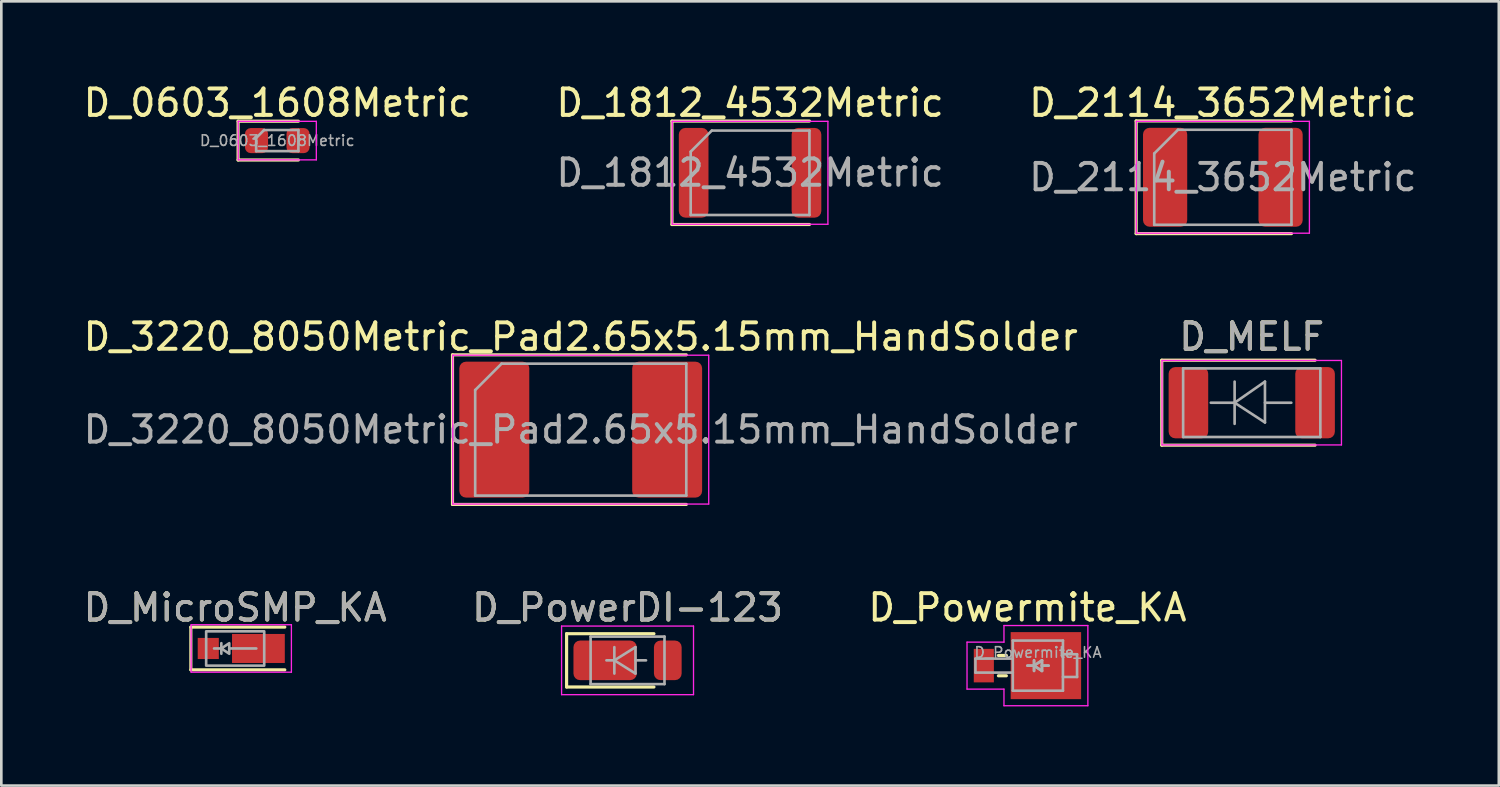
<source format=kicad_pcb>
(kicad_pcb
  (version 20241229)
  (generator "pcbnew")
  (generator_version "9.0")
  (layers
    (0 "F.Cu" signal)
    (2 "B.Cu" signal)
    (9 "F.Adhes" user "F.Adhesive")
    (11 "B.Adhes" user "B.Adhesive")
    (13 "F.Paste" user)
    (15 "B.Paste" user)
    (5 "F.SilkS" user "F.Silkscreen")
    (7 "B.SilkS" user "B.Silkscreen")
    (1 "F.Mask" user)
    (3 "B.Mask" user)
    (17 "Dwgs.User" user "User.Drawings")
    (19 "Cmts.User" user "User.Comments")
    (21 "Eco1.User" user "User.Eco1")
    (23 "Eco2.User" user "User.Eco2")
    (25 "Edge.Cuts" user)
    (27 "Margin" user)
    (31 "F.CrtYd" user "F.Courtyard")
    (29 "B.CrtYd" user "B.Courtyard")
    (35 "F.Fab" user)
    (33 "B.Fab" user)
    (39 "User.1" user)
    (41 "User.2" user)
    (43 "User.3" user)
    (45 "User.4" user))
  (footprint "D_MELF"
    (layer "F.Cu")
    (at 44.387 12.211)
    (property "Reference" "D_MELF" (at 0 -2.5 0) (layer "F.SilkS") (effects (font (size 1 1) (thickness 0.15))))
    (attr smd)
    (fp_line (start -3.41 -1.61) (end -3.41 1.61) (stroke (width 0.12) (type solid)) (layer "F.SilkS"))
    (fp_line (start -3.41 1.61) (end 2.4 1.61) (stroke (width 0.12) (type solid)) (layer "F.SilkS"))
    (fp_line (start 2.4 -1.61) (end -3.41 -1.61) (stroke (width 0.12) (type solid)) (layer "F.SilkS"))
    (fp_line (start -3.4 -1.6) (end 3.4 -1.6) (stroke (width 0.05) (type solid)) (layer "F.CrtYd"))
    (fp_line (start -3.4 1.6) (end -3.4 -1.6) (stroke (width 0.05) (type solid)) (layer "F.CrtYd"))
    (fp_line (start 3.4 -1.6) (end 3.4 1.6) (stroke (width 0.05) (type solid)) (layer "F.CrtYd"))
    (fp_line (start 3.4 1.6) (end -3.4 1.6) (stroke (width 0.05) (type solid)) (layer "F.CrtYd"))
    (fp_line (start -2.6 -1.3) (end -2.6 1.3) (stroke (width 0.1) (type solid)) (layer "F.Fab"))
    (fp_line (start -2.6 1.3) (end 2.6 1.3) (stroke (width 0.1) (type solid)) (layer "F.Fab"))
    (fp_line (start -0.649 -0.799) (end -0.649 0.801) (stroke (width 0.1) (type solid)) (layer "F.Fab"))
    (fp_line (start -0.649 0.001) (end -1.551 0.001) (stroke (width 0.1) (type solid)) (layer "F.Fab"))
    (fp_line (start -0.649 0.001) (end 0.501 -0.799) (stroke (width 0.1) (type solid)) (layer "F.Fab"))
    (fp_line (start -0.649 0.001) (end 0.501 0.75) (stroke (width 0.1) (type solid)) (layer "F.Fab"))
    (fp_line (start 0.501 0.001) (end 1.499 0.001) (stroke (width 0.1) (type solid)) (layer "F.Fab"))
    (fp_line (start 0.501 0.75) (end 0.501 -0.799) (stroke (width 0.1) (type solid)) (layer "F.Fab"))
    (fp_line (start 2.6 -1.3) (end -2.6 -1.3) (stroke (width 0.1) (type solid)) (layer "F.Fab"))
    (fp_line (start 2.6 1.3) (end 2.6 -1.3) (stroke (width 0.1) (type solid)) (layer "F.Fab"))
    (fp_text user "${REFERENCE}" (at 0 -2.5 0) (layer "F.Fab") (effects (font (size 1 1) (thickness 0.15))))
    (pad "1" smd roundrect (at -2.4 0) (size 1.5 2.7) (layers "F.Cu" "F.Mask" "F.Paste") (roundrect_rratio 0.167))
    (pad "2" smd roundrect (at 2.4 0) (size 1.5 2.7) (layers "F.Cu" "F.Mask" "F.Paste") (roundrect_rratio 0.167)))
  (footprint "D_0603_1608Metric"
    (layer "F.Cu")
    (at 7.458 2.278)
    (property "Reference" "D_0603_1608Metric" (at 0 -1.43 0) (layer "F.SilkS") (effects (font (size 1 1) (thickness 0.15))))
    (attr smd)
    (fp_line (start -1.485 -0.735) (end -1.485 0.735) (stroke (width 0.12) (type solid)) (layer "F.SilkS"))
    (fp_line (start -1.485 0.735) (end 0.8 0.735) (stroke (width 0.12) (type solid)) (layer "F.SilkS"))
    (fp_line (start 0.8 -0.735) (end -1.485 -0.735) (stroke (width 0.12) (type solid)) (layer "F.SilkS"))
    (fp_line (start -1.48 -0.73) (end 1.48 -0.73) (stroke (width 0.05) (type solid)) (layer "F.CrtYd"))
    (fp_line (start -1.48 0.73) (end -1.48 -0.73) (stroke (width 0.05) (type solid)) (layer "F.CrtYd"))
    (fp_line (start 1.48 -0.73) (end 1.48 0.73) (stroke (width 0.05) (type solid)) (layer "F.CrtYd"))
    (fp_line (start 1.48 0.73) (end -1.48 0.73) (stroke (width 0.05) (type solid)) (layer "F.CrtYd"))
    (fp_line (start -0.8 -0.1) (end -0.8 0.4) (stroke (width 0.1) (type solid)) (layer "F.Fab"))
    (fp_line (start -0.8 0.4) (end 0.8 0.4) (stroke (width 0.1) (type solid)) (layer "F.Fab"))
    (fp_line (start -0.5 -0.4) (end -0.8 -0.1) (stroke (width 0.1) (type solid)) (layer "F.Fab"))
    (fp_line (start 0.8 -0.4) (end -0.5 -0.4) (stroke (width 0.1) (type solid)) (layer "F.Fab"))
    (fp_line (start 0.8 0.4) (end 0.8 -0.4) (stroke (width 0.1) (type solid)) (layer "F.Fab"))
    (fp_text user "${REFERENCE}" (at 0 0 0) (layer "F.Fab") (effects (font (size 0.4 0.4) (thickness 0.06))))
    (pad "1" smd roundrect (at -0.787 0) (size 0.875 0.95) (layers "F.Cu" "F.Mask" "F.Paste") (roundrect_rratio 0.25))
    (pad "2" smd roundrect (at 0.787 0) (size 0.875 0.95) (layers "F.Cu" "F.Mask" "F.Paste") (roundrect_rratio 0.25)))
  (footprint "D_2114_3652Metric"
    (layer "F.Cu")
    (at 43.292 3.668)
    (property "Reference" "D_2114_3652Metric" (at 0 -2.82 0) (layer "F.SilkS") (effects (font (size 1 1) (thickness 0.15))))
    (attr smd)
    (fp_line (start -3.285 -2.135) (end -3.285 2.135) (stroke (width 0.12) (type solid)) (layer "F.SilkS"))
    (fp_line (start -3.285 2.135) (end 2.6 2.135) (stroke (width 0.12) (type solid)) (layer "F.SilkS"))
    (fp_line (start 2.6 -2.135) (end -3.285 -2.135) (stroke (width 0.12) (type solid)) (layer "F.SilkS"))
    (fp_line (start -3.28 -2.12) (end 3.28 -2.12) (stroke (width 0.05) (type solid)) (layer "F.CrtYd"))
    (fp_line (start -3.28 2.12) (end -3.28 -2.12) (stroke (width 0.05) (type solid)) (layer "F.CrtYd"))
    (fp_line (start 3.28 -2.12) (end 3.28 2.12) (stroke (width 0.05) (type solid)) (layer "F.CrtYd"))
    (fp_line (start 3.28 2.12) (end -3.28 2.12) (stroke (width 0.05) (type solid)) (layer "F.CrtYd"))
    (fp_line (start -2.6 -0.9) (end -2.6 1.8) (stroke (width 0.1) (type solid)) (layer "F.Fab"))
    (fp_line (start -2.6 1.8) (end 2.6 1.8) (stroke (width 0.1) (type solid)) (layer "F.Fab"))
    (fp_line (start -1.7 -1.8) (end -2.6 -0.9) (stroke (width 0.1) (type solid)) (layer "F.Fab"))
    (fp_line (start 2.6 -1.8) (end -1.7 -1.8) (stroke (width 0.1) (type solid)) (layer "F.Fab"))
    (fp_line (start 2.6 1.8) (end 2.6 -1.8) (stroke (width 0.1) (type solid)) (layer "F.Fab"))
    (fp_text user "${REFERENCE}" (at 0 0 0) (layer "F.Fab") (effects (font (size 1 1) (thickness 0.15))))
    (pad "1" smd roundrect (at -2.188 0) (size 1.675 3.75) (layers "F.Cu" "F.Mask" "F.Paste") (roundrect_rratio 0.149))
    (pad "2" smd roundrect (at 2.188 0) (size 1.675 3.75) (layers "F.Cu" "F.Mask" "F.Paste") (roundrect_rratio 0.149)))
  (footprint "D_PowerDI-123"
    (layer "F.Cu")
    (at 20.732 21.975)
    (property "Reference" "D_PowerDI-123" (at 0 -2 0) (layer "F.SilkS") (effects (font (size 1 1) (thickness 0.15))))
    (attr smd)
    (fp_line (start -2.31 1.01) (end -2.31 -1.01) (stroke (width 0.12) (type solid)) (layer "F.SilkS"))
    (fp_line (start -2.31 1.01) (end 1 1.01) (stroke (width 0.12) (type solid)) (layer "F.SilkS"))
    (fp_line (start 1 -1.01) (end -2.31 -1.01) (stroke (width 0.12) (type solid)) (layer "F.SilkS"))
    (fp_line (start -2.5 -1.3) (end 2.5 -1.3) (stroke (width 0.05) (type solid)) (layer "F.CrtYd"))
    (fp_line (start -2.5 1.3) (end -2.5 -1.3) (stroke (width 0.05) (type solid)) (layer "F.CrtYd"))
    (fp_line (start 2.5 -1.3) (end 2.5 1.3) (stroke (width 0.05) (type solid)) (layer "F.CrtYd"))
    (fp_line (start 2.5 1.3) (end -2.5 1.3) (stroke (width 0.05) (type solid)) (layer "F.CrtYd"))
    (fp_line (start -1.4 -0.9) (end 1.4 -0.9) (stroke (width 0.1) (type solid)) (layer "F.Fab"))
    (fp_line (start -1.4 0.9) (end -1.4 -0.9) (stroke (width 0.1) (type solid)) (layer "F.Fab"))
    (fp_line (start -0.8 0) (end -0.5 0) (stroke (width 0.1) (type solid)) (layer "F.Fab"))
    (fp_line (start -0.5 0) (end -0.5 -0.5) (stroke (width 0.1) (type solid)) (layer "F.Fab"))
    (fp_line (start -0.5 0) (end -0.5 0.5) (stroke (width 0.1) (type solid)) (layer "F.Fab"))
    (fp_line (start -0.5 0) (end 0.3 0.5) (stroke (width 0.1) (type solid)) (layer "F.Fab"))
    (fp_line (start 0.3 -0.5) (end -0.5 0) (stroke (width 0.1) (type solid)) (layer "F.Fab"))
    (fp_line (start 0.3 0) (end 0.7 0) (stroke (width 0.1) (type solid)) (layer "F.Fab"))
    (fp_line (start 0.3 0.5) (end 0.3 -0.5) (stroke (width 0.1) (type solid)) (layer "F.Fab"))
    (fp_line (start 1.4 -0.9) (end 1.4 0.9) (stroke (width 0.1) (type solid)) (layer "F.Fab"))
    (fp_line (start 1.4 0.9) (end -1.4 0.9) (stroke (width 0.1) (type solid)) (layer "F.Fab"))
    (fp_text user "${REFERENCE}" (at 0 -2 0) (layer "F.Fab") (effects (font (size 1 1) (thickness 0.15))))
    (pad "1" smd roundrect (at -0.85 0 180) (size 2.4 1.5) (layers "F.Cu" "F.Mask" "F.Paste") (roundrect_rratio 0.167))
    (pad "2" smd roundrect (at 1.525 0 180) (size 1.05 1.5) (layers "F.Cu" "F.Mask" "F.Paste") (roundrect_rratio 0.238)))
  (footprint "D_3220_8050Metric_Pad2.65x5.15mm_HandSolder"
    (layer "F.Cu")
    (at 18.958 13.232)
    (property "Reference" "D_3220_8050Metric_Pad2.65x5.15mm_HandSolder" (at 0 -3.52 0) (layer "F.SilkS") (effects (font (size 1 1) (thickness 0.15))))
    (attr smd)
    (fp_line (start -4.86 -2.835) (end -4.86 2.835) (stroke (width 0.12) (type solid)) (layer "F.SilkS"))
    (fp_line (start -4.86 2.835) (end 4 2.835) (stroke (width 0.12) (type solid)) (layer "F.SilkS"))
    (fp_line (start 4 -2.835) (end -4.86 -2.835) (stroke (width 0.12) (type solid)) (layer "F.SilkS"))
    (fp_line (start -4.85 -2.82) (end 4.85 -2.82) (stroke (width 0.05) (type solid)) (layer "F.CrtYd"))
    (fp_line (start -4.85 2.82) (end -4.85 -2.82) (stroke (width 0.05) (type solid)) (layer "F.CrtYd"))
    (fp_line (start 4.85 -2.82) (end 4.85 2.82) (stroke (width 0.05) (type solid)) (layer "F.CrtYd"))
    (fp_line (start 4.85 2.82) (end -4.85 2.82) (stroke (width 0.05) (type solid)) (layer "F.CrtYd"))
    (fp_line (start -4 -1.5) (end -4 2.5) (stroke (width 0.1) (type solid)) (layer "F.Fab"))
    (fp_line (start -4 2.5) (end 4 2.5) (stroke (width 0.1) (type solid)) (layer "F.Fab"))
    (fp_line (start -3 -2.5) (end -4 -1.5) (stroke (width 0.1) (type solid)) (layer "F.Fab"))
    (fp_line (start 4 -2.5) (end -3 -2.5) (stroke (width 0.1) (type solid)) (layer "F.Fab"))
    (fp_line (start 4 2.5) (end 4 -2.5) (stroke (width 0.1) (type solid)) (layer "F.Fab"))
    (fp_text user "${REFERENCE}" (at 0 0 0) (layer "F.Fab") (effects (font (size 1 1) (thickness 0.15))))
    (pad "1" smd roundrect (at -3.275 0) (size 2.65 5.15) (layers "F.Cu" "F.Mask" "F.Paste") (roundrect_rratio 0.094))
    (pad "2" smd roundrect (at 3.275 0) (size 2.65 5.15) (layers "F.Cu" "F.Mask" "F.Paste") (roundrect_rratio 0.094)))
  (footprint "D_1812_4532Metric"
    (layer "F.Cu")
    (at 25.375 3.498)
    (property "Reference" "D_1812_4532Metric" (at 0 -2.65 0) (layer "F.SilkS") (effects (font (size 1 1) (thickness 0.15))))
    (attr smd)
    (fp_line (start -2.96 -1.96) (end -2.96 1.96) (stroke (width 0.12) (type solid)) (layer "F.SilkS"))
    (fp_line (start -2.96 1.96) (end 2.25 1.96) (stroke (width 0.12) (type solid)) (layer "F.SilkS"))
    (fp_line (start 2.25 -1.96) (end -2.96 -1.96) (stroke (width 0.12) (type solid)) (layer "F.SilkS"))
    (fp_line (start -2.95 -1.95) (end 2.95 -1.95) (stroke (width 0.05) (type solid)) (layer "F.CrtYd"))
    (fp_line (start -2.95 1.95) (end -2.95 -1.95) (stroke (width 0.05) (type solid)) (layer "F.CrtYd"))
    (fp_line (start 2.95 -1.95) (end 2.95 1.95) (stroke (width 0.05) (type solid)) (layer "F.CrtYd"))
    (fp_line (start 2.95 1.95) (end -2.95 1.95) (stroke (width 0.05) (type solid)) (layer "F.CrtYd"))
    (fp_line (start -2.25 -0.8) (end -2.25 1.6) (stroke (width 0.1) (type solid)) (layer "F.Fab"))
    (fp_line (start -2.25 1.6) (end 2.25 1.6) (stroke (width 0.1) (type solid)) (layer "F.Fab"))
    (fp_line (start -1.45 -1.6) (end -2.25 -0.8) (stroke (width 0.1) (type solid)) (layer "F.Fab"))
    (fp_line (start 2.25 -1.6) (end -1.45 -1.6) (stroke (width 0.1) (type solid)) (layer "F.Fab"))
    (fp_line (start 2.25 1.6) (end 2.25 -1.6) (stroke (width 0.1) (type solid)) (layer "F.Fab"))
    (fp_text user "${REFERENCE}" (at 0 0 0) (layer "F.Fab") (effects (font (size 1 1) (thickness 0.15))))
    (pad "1" smd roundrect (at -2.138 0) (size 1.125 3.4) (layers "F.Cu" "F.Mask" "F.Paste") (roundrect_rratio 0.222))
    (pad "2" smd roundrect (at 2.138 0) (size 1.125 3.4) (layers "F.Cu" "F.Mask" "F.Paste") (roundrect_rratio 0.222)))
  (footprint "D_Powermite_KA"
    (layer "F.Cu")
    (at 35.887 22.175)
    (property "Reference" "D_Powermite_KA" (at 0 -2.2 0) (layer "F.SilkS") (effects (font (size 1 1) (thickness 0.15))))
    (attr smd)
    (fp_line (start -1.1 -0.385) (end -0.8 -0.385) (stroke (width 0.12) (type solid)) (layer "F.SilkS"))
    (fp_line (start -1.1 0.385) (end -0.8 0.385) (stroke (width 0.12) (type solid)) (layer "F.SilkS"))
    (fp_line (start -2.29 -0.89) (end -2.29 0.89) (stroke (width 0.05) (type solid)) (layer "F.CrtYd"))
    (fp_line (start -2.29 0.89) (end -0.89 0.89) (stroke (width 0.05) (type solid)) (layer "F.CrtYd"))
    (fp_line (start -0.89 -1.52) (end -0.89 -0.89) (stroke (width 0.05) (type solid)) (layer "F.CrtYd"))
    (fp_line (start -0.89 -0.89) (end -2.29 -0.89) (stroke (width 0.05) (type solid)) (layer "F.CrtYd"))
    (fp_line (start -0.89 0.89) (end -0.89 1.52) (stroke (width 0.05) (type solid)) (layer "F.CrtYd"))
    (fp_line (start -0.89 1.52) (end 2.29 1.52) (stroke (width 0.05) (type solid)) (layer "F.CrtYd"))
    (fp_line (start 2.29 -1.52) (end -0.89 -1.52) (stroke (width 0.05) (type solid)) (layer "F.CrtYd"))
    (fp_line (start 2.29 1.52) (end 2.29 -1.52) (stroke (width 0.05) (type solid)) (layer "F.CrtYd"))
    (fp_line (start -1.97 -0.265) (end -1.97 0.265) (stroke (width 0.1) (type solid)) (layer "F.Fab"))
    (fp_line (start -1.97 -0.265) (end -0.555 -0.265) (stroke (width 0.1) (type solid)) (layer "F.Fab"))
    (fp_line (start -1.97 0.265) (end -0.555 0.265) (stroke (width 0.1) (type solid)) (layer "F.Fab"))
    (fp_line (start -0.555 -0.95) (end -0.555 0.95) (stroke (width 0.1) (type solid)) (layer "F.Fab"))
    (fp_line (start -0.555 0.95) (end 1.345 0.95) (stroke (width 0.1) (type solid)) (layer "F.Fab"))
    (fp_line (start 0.25 0) (end 0 0) (stroke (width 0.1) (type solid)) (layer "F.Fab"))
    (fp_line (start 0.25 0) (end 0 0) (stroke (width 0.1) (type solid)) (layer "F.Fab"))
    (fp_line (start 0.25 0) (end 0.55 0.2) (stroke (width 0.1) (type solid)) (layer "F.Fab"))
    (fp_line (start 0.25 0) (end 0.55 0.2) (stroke (width 0.1) (type solid)) (layer "F.Fab"))
    (fp_line (start 0.25 0.2) (end 0.25 -0.2) (stroke (width 0.1) (type solid)) (layer "F.Fab"))
    (fp_line (start 0.25 0.2) (end 0.25 -0.2) (stroke (width 0.1) (type solid)) (layer "F.Fab"))
    (fp_line (start 0.55 -0.2) (end 0.25 0) (stroke (width 0.1) (type solid)) (layer "F.Fab"))
    (fp_line (start 0.55 -0.2) (end 0.25 0) (stroke (width 0.1) (type solid)) (layer "F.Fab"))
    (fp_line (start 0.55 0) (end 0.8 0) (stroke (width 0.1) (type solid)) (layer "F.Fab"))
    (fp_line (start 0.55 0) (end 0.8 0) (stroke (width 0.1) (type solid)) (layer "F.Fab"))
    (fp_line (start 0.55 0.2) (end 0.55 -0.2) (stroke (width 0.1) (type solid)) (layer "F.Fab"))
    (fp_line (start 0.55 0.2) (end 0.55 -0.2) (stroke (width 0.1) (type solid)) (layer "F.Fab"))
    (fp_line (start 1.345 -0.95) (end -0.555 -0.95) (stroke (width 0.1) (type solid)) (layer "F.Fab"))
    (fp_line (start 1.345 -0.43) (end 1.88 -0.43) (stroke (width 0.1) (type solid)) (layer "F.Fab"))
    (fp_line (start 1.345 0.95) (end 1.345 -0.95) (stroke (width 0.1) (type solid)) (layer "F.Fab"))
    (fp_line (start 1.88 -0.43) (end 1.88 0.43) (stroke (width 0.1) (type solid)) (layer "F.Fab"))
    (fp_line (start 1.88 0.43) (end 1.345 0.43) (stroke (width 0.1) (type solid)) (layer "F.Fab"))
    (fp_text user "${REFERENCE}" (at 0.4 -0.5 0) (layer "F.Fab") (effects (font (size 0.4 0.4) (thickness 0.06))))
    (pad "1" smd rect (at -1.653 0) (size 0.762 1.27) (layers "F.Cu" "F.Mask" "F.Paste"))
    (pad "2" smd rect (at 0.699 0) (size 2.67 2.54) (layers "F.Cu" "F.Mask" "F.Paste")))
  (footprint "D_MicroSMP_KA"
    (layer "F.Cu")
    (at 5.863 21.525)
    (property "Reference" "D_MicroSMP_KA" (at 0 -1.55 0) (unlocked yes) (layer "F.SilkS") (effects (font (size 1 1) (thickness 0.15))))
    (attr smd)
    (fp_line (start -1.68 -0.81) (end -1.68 0.81) (stroke (width 0.12) (type solid)) (layer "F.SilkS"))
    (fp_line (start -1.68 -0.81) (end 1.88 -0.81) (stroke (width 0.12) (type solid)) (layer "F.SilkS"))
    (fp_line (start -1.68 0.81) (end 1.88 0.81) (stroke (width 0.12) (type solid)) (layer "F.SilkS"))
    (fp_line (start -1.67 -0.9) (end -1.67 0.9) (stroke (width 0.05) (type solid)) (layer "F.CrtYd"))
    (fp_line (start -1.67 -0.9) (end 2.13 -0.9) (stroke (width 0.05) (type solid)) (layer "F.CrtYd"))
    (fp_line (start -1.67 0.9) (end 2.13 0.9) (stroke (width 0.05) (type solid)) (layer "F.CrtYd"))
    (fp_line (start 2.13 -0.9) (end 2.13 0.9) (stroke (width 0.05) (type solid)) (layer "F.CrtYd"))
    (fp_line (start -0.525 -0.2) (end -0.525 0.2) (stroke (width 0.1) (type solid)) (layer "F.Fab"))
    (fp_line (start -0.525 0) (end -0.8 0) (stroke (width 0.1) (type solid)) (layer "F.Fab"))
    (fp_line (start 0.8 0) (end -0.225 0) (stroke (width 0.1) (type solid)) (layer "F.Fab"))
    (fp_rect (start -1.1 -0.65) (end 1.1 0.65) (stroke (width 0.1) (type solid)) (fill no) (layer "F.Fab"))
    (fp_poly (pts (xy -0.225 0.2) (xy -0.525 0) (xy -0.225 -0.2)) (stroke (width 0.1) (type solid)) (fill no) (layer "F.Fab"))
    (fp_text user "${REFERENCE}" (at 0 -1.55 0) (unlocked yes) (layer "F.Fab") (effects (font (size 1 1) (thickness 0.15))))
    (pad "1" smd rect (at -1.02 0) (size 0.8 0.8) (layers "F.Cu" "F.Mask" "F.Paste"))
    (pad "2" smd rect (at 0.88 0) (size 2 1.1) (layers "F.Cu" "F.Mask" "F.Paste")))
  (gr_rect
    (start -3 -3)
    (end 53.75 26.72)
    (stroke (width 0.1) (type default))
    (fill no)
    (layer "Edge.Cuts")))
</source>
